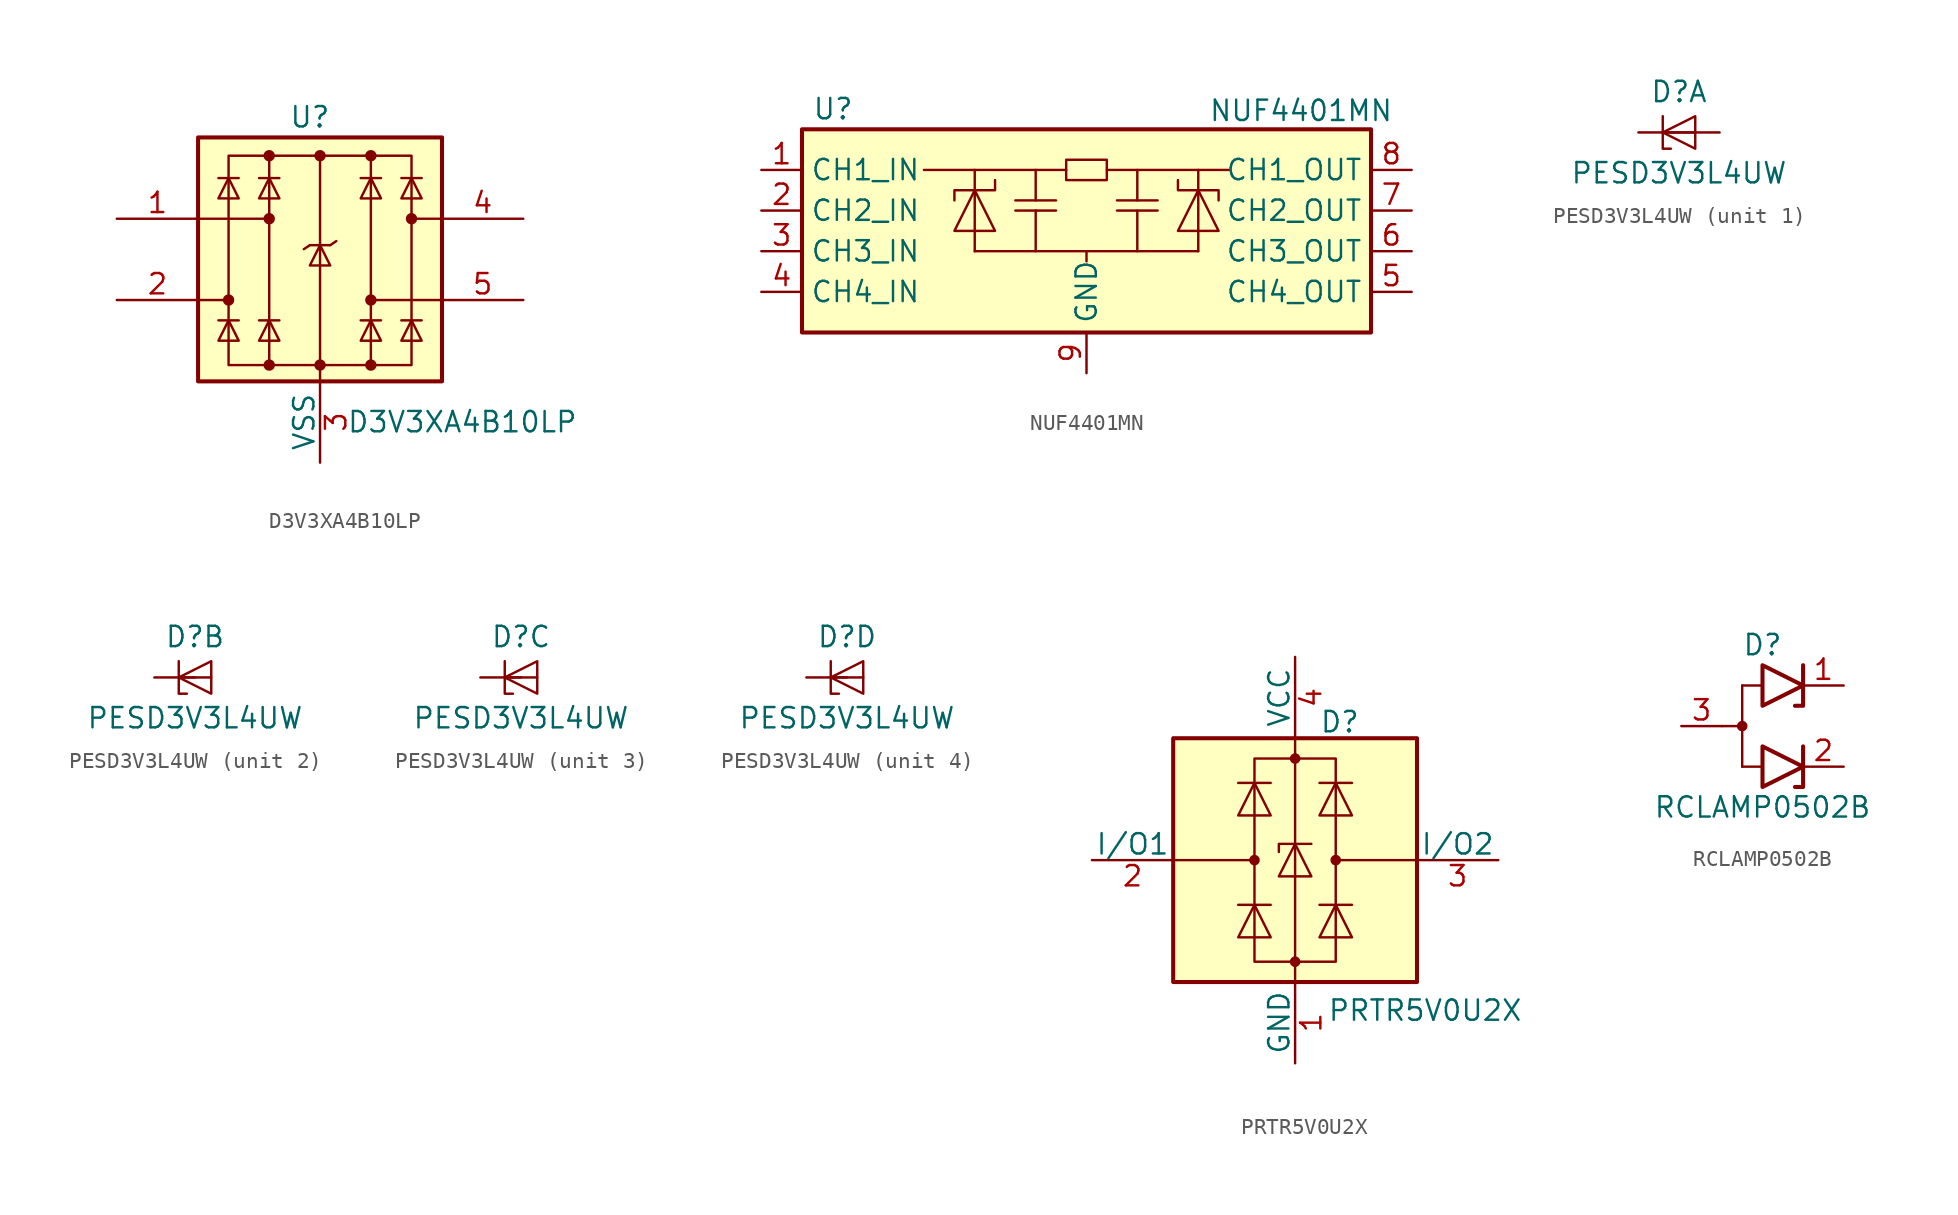
<source format=kicad_sym>
(kicad_symbol_lib
  (version 20201005)
  (generator kicad_symbol_editor)
  (symbol "D3V3XA4B10LP"
    (pin_names
      (offset 0))
    (property "Reference" "U"
      (at -0.635 8.89 0)
      (effects (font (size 1.27 1.27))))
    (property "Value" "D3V3XA4B10LP"
      (at 8.89 -10.16 0)
      (effects (font (size 1.27 1.27))))
    (symbol "D3V3XA4B10LP_0_0"
      (rectangle (start -5.715 6.477) (end 5.715 -6.604) (stroke (width 0)) (fill (type none)))
      (polyline (pts (xy -3.175 -6.604) (xy -3.175 6.477)) (stroke (width 0)) (fill (type none)))
      (polyline (pts (xy 0 6.477) (xy 0 -6.604)) (stroke (width 0)) (fill (type none)))
      (polyline (pts (xy 3.175 6.477) (xy 3.175 -6.604)) (stroke (width 0)) (fill (type none))))
    (symbol "D3V3XA4B10LP_0_1"
      (circle (center -5.715 -2.54) (radius 0.279) (stroke (width 0)) (fill (type outline)))
      (circle (center -3.175 -6.604) (radius 0.279) (stroke (width 0)) (fill (type outline)))
      (circle (center -3.175 2.54) (radius 0.279) (stroke (width 0)) (fill (type outline)))
      (circle (center -3.175 6.477) (radius 0.279) (stroke (width 0)) (fill (type outline)))
      (circle (center 0 -6.604) (radius 0.279) (stroke (width 0)) (fill (type outline)))
      (circle (center 0 6.477) (radius 0.279) (stroke (width 0)) (fill (type outline)))
      (circle (center 3.175 -6.604) (radius 0.279) (stroke (width 0)) (fill (type outline)))
      (circle (center 3.175 -2.54) (radius 0.279) (stroke (width 0)) (fill (type outline)))
      (circle (center 3.175 6.477) (radius 0.279) (stroke (width 0)) (fill (type outline)))
      (circle (center 5.715 2.54) (radius 0.279) (stroke (width 0)) (fill (type outline)))
      (rectangle (start -7.62 7.62) (end 7.62 -7.62) (stroke (width 0.254)) (fill (type background)))
      (polyline (pts (xy -7.747 2.54) (xy -3.175 2.54)) (stroke (width 0)) (fill (type none)))
      (polyline (pts (xy -7.62 -2.54) (xy -5.715 -2.54)) (stroke (width 0)) (fill (type none)))
      (polyline (pts (xy -5.08 -3.81) (xy -6.35 -3.81)) (stroke (width 0)) (fill (type none)))
      (polyline (pts (xy -5.08 5.08) (xy -6.35 5.08)) (stroke (width 0)) (fill (type none)))
      (polyline (pts (xy -2.54 -3.81) (xy -3.81 -3.81)) (stroke (width 0)) (fill (type none)))
      (polyline (pts (xy -2.54 5.08) (xy -3.81 5.08)) (stroke (width 0)) (fill (type none)))
      (polyline (pts (xy -0.635 0.889) (xy -1.016 0.635)) (stroke (width 0)) (fill (type none)))
      (polyline (pts (xy 0 -6.604) (xy 0 -7.62)) (stroke (width 0)) (fill (type none)))
      (polyline (pts (xy 0.635 0.889) (xy -0.635 0.889)) (stroke (width 0)) (fill (type none)))
      (polyline (pts (xy 0.635 0.889) (xy 1.016 1.143)) (stroke (width 0)) (fill (type none)))
      (polyline (pts (xy 3.81 -3.81) (xy 2.54 -3.81)) (stroke (width 0)) (fill (type none)))
      (polyline (pts (xy 3.81 5.08) (xy 2.54 5.08)) (stroke (width 0)) (fill (type none)))
      (polyline (pts (xy 6.35 -3.81) (xy 5.08 -3.81)) (stroke (width 0)) (fill (type none)))
      (polyline (pts (xy 6.35 5.08) (xy 5.08 5.08)) (stroke (width 0)) (fill (type none)))
      (polyline (pts (xy 7.62 -2.54) (xy 3.175 -2.54)) (stroke (width 0)) (fill (type none)))
      (polyline (pts (xy 7.62 2.54) (xy 5.715 2.54)) (stroke (width 0)) (fill (type none)))
      (polyline (pts (xy -5.08 -5.08) (xy -6.35 -5.08) (xy -5.715 -3.81) (xy -5.08 -5.08)) (stroke (width 0)) (fill (type none)))
      (polyline (pts (xy -5.08 3.81) (xy -6.35 3.81) (xy -5.715 5.08) (xy -5.08 3.81)) (stroke (width 0)) (fill (type none)))
      (polyline (pts (xy -2.54 -5.08) (xy -3.81 -5.08) (xy -3.175 -3.81) (xy -2.54 -5.08)) (stroke (width 0)) (fill (type none)))
      (polyline (pts (xy -2.54 3.81) (xy -3.81 3.81) (xy -3.175 5.08) (xy -2.54 3.81)) (stroke (width 0)) (fill (type none)))
      (polyline (pts (xy 0.635 -0.381) (xy -0.635 -0.381) (xy 0 0.889) (xy 0.635 -0.381)) (stroke (width 0)) (fill (type none)))
      (polyline (pts (xy 3.81 -5.08) (xy 2.54 -5.08) (xy 3.175 -3.81) (xy 3.81 -5.08)) (stroke (width 0)) (fill (type none)))
      (polyline (pts (xy 3.81 3.81) (xy 2.54 3.81) (xy 3.175 5.08) (xy 3.81 3.81)) (stroke (width 0)) (fill (type none)))
      (polyline (pts (xy 6.35 -5.08) (xy 5.08 -5.08) (xy 5.715 -3.81) (xy 6.35 -5.08)) (stroke (width 0)) (fill (type none)))
      (polyline (pts (xy 6.35 3.81) (xy 5.08 3.81) (xy 5.715 5.08) (xy 6.35 3.81)) (stroke (width 0)) (fill (type none))))
    (symbol "D3V3XA4B10LP_1_1"
      (pin passive line (at -12.7 2.54 0) (length 5.08) (name "~" (effects (font (size 1.27 1.27)))) (number "1" (effects (font (size 1.27 1.27)))))
      (pin no_connect line (at -5.08 7.62 0) (length 5.08) hide (name "NC" (effects (font (size 1.27 1.27)))) (number "10" (effects (font (size 1.27 1.27)))))
      (pin passive line (at -12.7 -2.54 0) (length 5.08) (name "~" (effects (font (size 1.27 1.27)))) (number "2" (effects (font (size 1.27 1.27)))))
      (pin power_in line (at 0 -12.7 90) (length 5.08) (name "VSS" (effects (font (size 1.27 1.27)))) (number "3" (effects (font (size 1.27 1.27)))))
      (pin passive line (at 12.7 2.54 180) (length 5.08) (name "~" (effects (font (size 1.27 1.27)))) (number "4" (effects (font (size 1.27 1.27)))))
      (pin passive line (at 12.7 -2.54 180) (length 5.08) (name "~" (effects (font (size 1.27 1.27)))) (number "5" (effects (font (size 1.27 1.27)))))
      (pin no_connect line (at 5.08 -7.62 180) (length 5.08) hide (name "NC" (effects (font (size 1.27 1.27)))) (number "6" (effects (font (size 1.27 1.27)))))
      (pin no_connect line (at 5.08 7.62 180) (length 5.08) hide (name "NC" (effects (font (size 1.27 1.27)))) (number "7" (effects (font (size 1.27 1.27)))))
      (pin passive line (at 0 -12.7 90) (length 5.08) hide (name "VSS" (effects (font (size 1.27 1.27)))) (number "8" (effects (font (size 1.27 1.27)))))
      (pin no_connect line (at -5.08 -7.62 0) (length 5.08) hide (name "NC" (effects (font (size 1.27 1.27)))) (number "9" (effects (font (size 1.27 1.27)))))))
  (symbol "NUF4401MN"
    (property "Reference" "U"
      (at -17.145 8.89 0)
      (effects (font (size 1.27 1.27)) (justify left)))
    (property "Value" "NUF4401MN"
      (at 7.62 9.525 0)
      (effects (font (size 1.27 1.27)) (justify left top)))
    (symbol "NUF4401MN_0_1"
      (rectangle (start -17.78 7.62) (end 17.78 -5.08) (stroke (width 0.254)) (fill (type background)))
      (polyline (pts (xy -6.985 0) (xy 6.985 0)) (stroke (width 0)) (fill (type none)))
      (polyline (pts (xy -6.985 3.81) (xy -6.985 5.08)) (stroke (width 0)) (fill (type none)))
      (polyline (pts (xy -4.445 3.175) (xy -1.905 3.175)) (stroke (width 0)) (fill (type none)))
      (polyline (pts (xy -3.175 2.54) (xy -3.175 0)) (stroke (width 0)) (fill (type none)))
      (polyline (pts (xy -3.175 5.08) (xy -3.175 3.175)) (stroke (width 0)) (fill (type none)))
      (polyline (pts (xy -1.905 2.54) (xy -4.445 2.54)) (stroke (width 0)) (fill (type none)))
      (polyline (pts (xy -1.27 5.08) (xy -10.16 5.08)) (stroke (width 0)) (fill (type none)))
      (polyline (pts (xy 0 0) (xy 0 -0.635)) (stroke (width 0)) (fill (type none)))
      (polyline (pts (xy 1.27 5.08) (xy 8.89 5.08)) (stroke (width 0)) (fill (type none)))
      (polyline (pts (xy 1.905 3.175) (xy 4.445 3.175)) (stroke (width 0)) (fill (type none)))
      (polyline (pts (xy 3.175 2.54) (xy 3.175 0)) (stroke (width 0)) (fill (type none)))
      (polyline (pts (xy 3.175 5.08) (xy 3.175 3.175)) (stroke (width 0)) (fill (type none)))
      (polyline (pts (xy 4.445 2.54) (xy 1.905 2.54)) (stroke (width 0)) (fill (type none)))
      (polyline (pts (xy 6.985 3.81) (xy 6.985 5.08)) (stroke (width 0)) (fill (type none)))
      (polyline (pts (xy -6.985 1.27) (xy -6.985 3.81) (xy -6.985 0)) (stroke (width 0)) (fill (type none)))
      (polyline (pts (xy 6.985 1.27) (xy 6.985 3.81) (xy 6.985 0)) (stroke (width 0)) (fill (type none)))
      (polyline (pts (xy -6.985 3.81) (xy -5.715 1.27) (xy -8.255 1.27) (xy -6.985 3.81)) (stroke (width 0)) (fill (type none)))
      (polyline (pts (xy -5.715 4.445) (xy -5.715 3.81) (xy -8.255 3.81) (xy -8.255 3.175)) (stroke (width 0)) (fill (type none)))
      (polyline (pts (xy 5.715 4.445) (xy 5.715 3.81) (xy 8.255 3.81) (xy 8.255 3.175)) (stroke (width 0)) (fill (type none)))
      (polyline (pts (xy 6.985 3.81) (xy 5.715 1.27) (xy 8.255 1.27) (xy 6.985 3.81)) (stroke (width 0)) (fill (type none)))
      (polyline (pts (xy -1.27 5.08) (xy -1.27 4.445) (xy 1.27 4.445) (xy 1.27 5.715) (xy -1.27 5.715) (xy -1.27 5.08)) (stroke (width 0)) (fill (type none))))
    (symbol "NUF4401MN_1_1"
      (pin passive line (at -20.32 5.08 0) (length 2.54) (name "CH1_IN" (effects (font (size 1.27 1.27)))) (number "1" (effects (font (size 1.27 1.27)))))
      (pin passive line (at -20.32 2.54 0) (length 2.54) (name "CH2_IN" (effects (font (size 1.27 1.27)))) (number "2" (effects (font (size 1.27 1.27)))))
      (pin passive line (at -20.32 0 0) (length 2.54) (name "CH3_IN" (effects (font (size 1.27 1.27)))) (number "3" (effects (font (size 1.27 1.27)))))
      (pin passive line (at -20.32 -2.54 0) (length 2.54) (name "CH4_IN" (effects (font (size 1.27 1.27)))) (number "4" (effects (font (size 1.27 1.27)))))
      (pin passive line (at 20.32 -2.54 180) (length 2.54) (name "CH4_OUT" (effects (font (size 1.27 1.27)))) (number "5" (effects (font (size 1.27 1.27)))))
      (pin passive line (at 20.32 0 180) (length 2.54) (name "CH3_OUT" (effects (font (size 1.27 1.27)))) (number "6" (effects (font (size 1.27 1.27)))))
      (pin passive line (at 20.32 2.54 180) (length 2.54) (name "CH2_OUT" (effects (font (size 1.27 1.27)))) (number "7" (effects (font (size 1.27 1.27)))))
      (pin passive line (at 20.32 5.08 180) (length 2.54) (name "CH1_OUT" (effects (font (size 1.27 1.27)))) (number "8" (effects (font (size 1.27 1.27)))))
      (pin power_in line (at 0 -7.62 90) (length 2.54) (name "GND" (effects (font (size 1.27 1.27)))) (number "9" (effects (font (size 1.27 1.27)))))))
  (symbol "PESD3V3L4UW"
    (pin_numbers hide)
    (pin_names hide)
    (property "Reference" "D"
      (at 0 2.54 0)
      (effects (font (size 1.27 1.27))))
    (property "Value" "PESD3V3L4UW"
      (at 0 -2.54 0)
      (effects (font (size 1.27 1.27))))
    (property "ki_locked" ""
      (at 0 0 0)
      (effects (font (size 1.27 1.27))))
    (symbol "PESD3V3L4UW_0_1"
      (polyline (pts (xy -1.016 0) (xy 1.016 0)) (stroke (width 0)) (fill (type none)))
      (polyline (pts (xy -1.016 1.016) (xy -1.016 -1.016) (xy -0.508 -1.016)) (stroke (width 0)) (fill (type none)))
      (polyline (pts (xy 1.016 1.016) (xy -1.016 0) (xy 1.016 -1.016) (xy 1.016 1.016)) (stroke (width 0)) (fill (type none))))
    (symbol "PESD3V3L4UW_1_1"
      (pin passive line (at -2.54 0 0) (length 2.54) (name "K1" (effects (font (size 1.27 1.27)))) (number "1" (effects (font (size 1.27 1.27)))))
      (pin passive line (at 2.54 0 180) (length 2.54) (name "A" (effects (font (size 1.27 1.27)))) (number "2" (effects (font (size 1.27 1.27))))))
    (symbol "PESD3V3L4UW_2_1"
      (pin passive line (at -2.54 0 0) (length 2.54) (name "K2" (effects (font (size 1.27 1.27)))) (number "3" (effects (font (size 1.27 1.27))))))
    (symbol "PESD3V3L4UW_3_1"
      (pin passive line (at -2.54 0 0) (length 2.54) (name "K3" (effects (font (size 1.27 1.27)))) (number "4" (effects (font (size 1.27 1.27))))))
    (symbol "PESD3V3L4UW_4_1"
      (pin passive line (at -2.54 0 0) (length 2.54) (name "K4" (effects (font (size 1.27 1.27)))) (number "5" (effects (font (size 1.27 1.27)))))))
  (symbol "PRTR5V0U2X"
    (pin_names
      (offset 0))
    (property "Reference" "D"
      (at 2.794 8.636 0)
      (effects (font (size 1.27 1.27))))
    (property "Value" "PRTR5V0U2X"
      (at 8.128 -9.398 0)
      (effects (font (size 1.27 1.27))))
    (symbol "PRTR5V0U2X_0_1"
      (circle (center -2.54 0) (radius 0.254) (stroke (width 0)) (fill (type outline)))
      (circle (center 0 -6.35) (radius 0.254) (stroke (width 0)) (fill (type outline)))
      (circle (center 0 6.35) (radius 0.254) (stroke (width 0)) (fill (type outline)))
      (circle (center 2.54 0) (radius 0.254) (stroke (width 0)) (fill (type outline)))
      (rectangle (start -2.54 6.35) (end 2.54 -6.35) (stroke (width 0)) (fill (type none)))
      (rectangle (start -7.62 -7.62) (end 7.62 7.62) (stroke (width 0.254)) (fill (type background)))
      (polyline (pts (xy -2.54 0) (xy -7.62 0)) (stroke (width 0)) (fill (type none)))
      (polyline (pts (xy -1.524 -2.794) (xy -3.556 -2.794)) (stroke (width 0)) (fill (type none)))
      (polyline (pts (xy -1.524 4.826) (xy -3.556 4.826)) (stroke (width 0)) (fill (type none)))
      (polyline (pts (xy 0 -7.62) (xy 0 7.62)) (stroke (width 0)) (fill (type none)))
      (polyline (pts (xy 1.524 -2.794) (xy 3.556 -2.794)) (stroke (width 0)) (fill (type none)))
      (polyline (pts (xy 1.524 4.826) (xy 3.556 4.826)) (stroke (width 0)) (fill (type none)))
      (polyline (pts (xy 2.54 0) (xy 7.62 0)) (stroke (width 0)) (fill (type none)))
      (polyline (pts (xy 1.016 1.016) (xy -1.016 1.016) (xy -1.016 0.508)) (stroke (width 0)) (fill (type none)))
      (polyline (pts (xy -3.556 -4.826) (xy -1.524 -4.826) (xy -2.54 -2.794) (xy -3.556 -4.826)) (stroke (width 0)) (fill (type none)))
      (polyline (pts (xy -3.556 2.794) (xy -1.524 2.794) (xy -2.54 4.826) (xy -3.556 2.794)) (stroke (width 0)) (fill (type none)))
      (polyline (pts (xy -1.016 -1.016) (xy 1.016 -1.016) (xy 0 1.016) (xy -1.016 -1.016)) (stroke (width 0)) (fill (type none)))
      (polyline (pts (xy 3.556 -4.826) (xy 1.524 -4.826) (xy 2.54 -2.794) (xy 3.556 -4.826)) (stroke (width 0)) (fill (type none)))
      (polyline (pts (xy 3.556 2.794) (xy 1.524 2.794) (xy 2.54 4.826) (xy 3.556 2.794)) (stroke (width 0)) (fill (type none))))
    (symbol "PRTR5V0U2X_1_1"
      (pin passive line (at 0 -12.7 90) (length 5.08) (name "GND" (effects (font (size 1.27 1.27)))) (number "1" (effects (font (size 1.27 1.27)))))
      (pin passive line (at -12.7 0 0) (length 5.08) (name "I/O1" (effects (font (size 1.27 1.27)))) (number "2" (effects (font (size 1.27 1.27)))))
      (pin passive line (at 12.7 0 180) (length 5.08) (name "I/O2" (effects (font (size 1.27 1.27)))) (number "3" (effects (font (size 1.27 1.27)))))
      (pin passive line (at 0 12.7 270) (length 5.08) (name "VCC" (effects (font (size 1.27 1.27)))) (number "4" (effects (font (size 1.27 1.27)))))))
  (symbol "RCLAMP0502B"
    (pin_names hide)
    (property "Reference" "D"
      (at 0 5.08 0)
      (effects (font (size 1.27 1.27))))
    (property "Value" "RCLAMP0502B"
      (at 0 -5.08 0)
      (effects (font (size 1.27 1.27))))
    (symbol "RCLAMP0502B_0_1"
      (polyline (pts (xy -2.54 0) (xy -1.27 0)) (stroke (width 0)) (fill (type none)))
      (polyline (pts (xy -1.27 2.54) (xy -1.27 -2.54)) (stroke (width 0)) (fill (type none)))
      (polyline (pts (xy 0 2.54) (xy -1.27 2.54)) (stroke (width 0.152)) (fill (type none)))
      (polyline (pts (xy 2.54 3.81) (xy 2.54 1.27) (xy 2.032 1.27)) (stroke (width 0.254)) (fill (type none)))
      (polyline (pts (xy 0 1.27) (xy 0 3.81) (xy 2.54 2.54) (xy 0 1.27)) (stroke (width 0.254)) (fill (type none)))
      (pin passive line (at -5.08 0 0) (length 2.54) (name "A" (effects (font (size 1.27 1.27)))) (number "3" (effects (font (size 1.27 1.27))))))
    (symbol "RCLAMP0502B_1_1"
      (circle (center -1.27 0) (radius 0.254) (stroke (width 0)) (fill (type outline)))
      (polyline (pts (xy 0 -2.54) (xy -1.27 -2.54)) (stroke (width 0.152)) (fill (type none)))
      (polyline (pts (xy 2.54 -1.27) (xy 2.54 -3.81) (xy 2.032 -3.81)) (stroke (width 0.254)) (fill (type none)))
      (polyline (pts (xy 0 -3.81) (xy 0 -1.27) (xy 2.54 -2.54) (xy 0 -3.81)) (stroke (width 0.254)) (fill (type none)))
      (pin passive line (at 5.08 2.54 180) (length 2.54) (name "K1" (effects (font (size 1.27 1.27)))) (number "1" (effects (font (size 1.27 1.27)))))
      (pin passive line (at 5.08 -2.54 180) (length 2.54) (name "K2" (effects (font (size 1.27 1.27)))) (number "2" (effects (font (size 1.27 1.27))))))))
</source>
